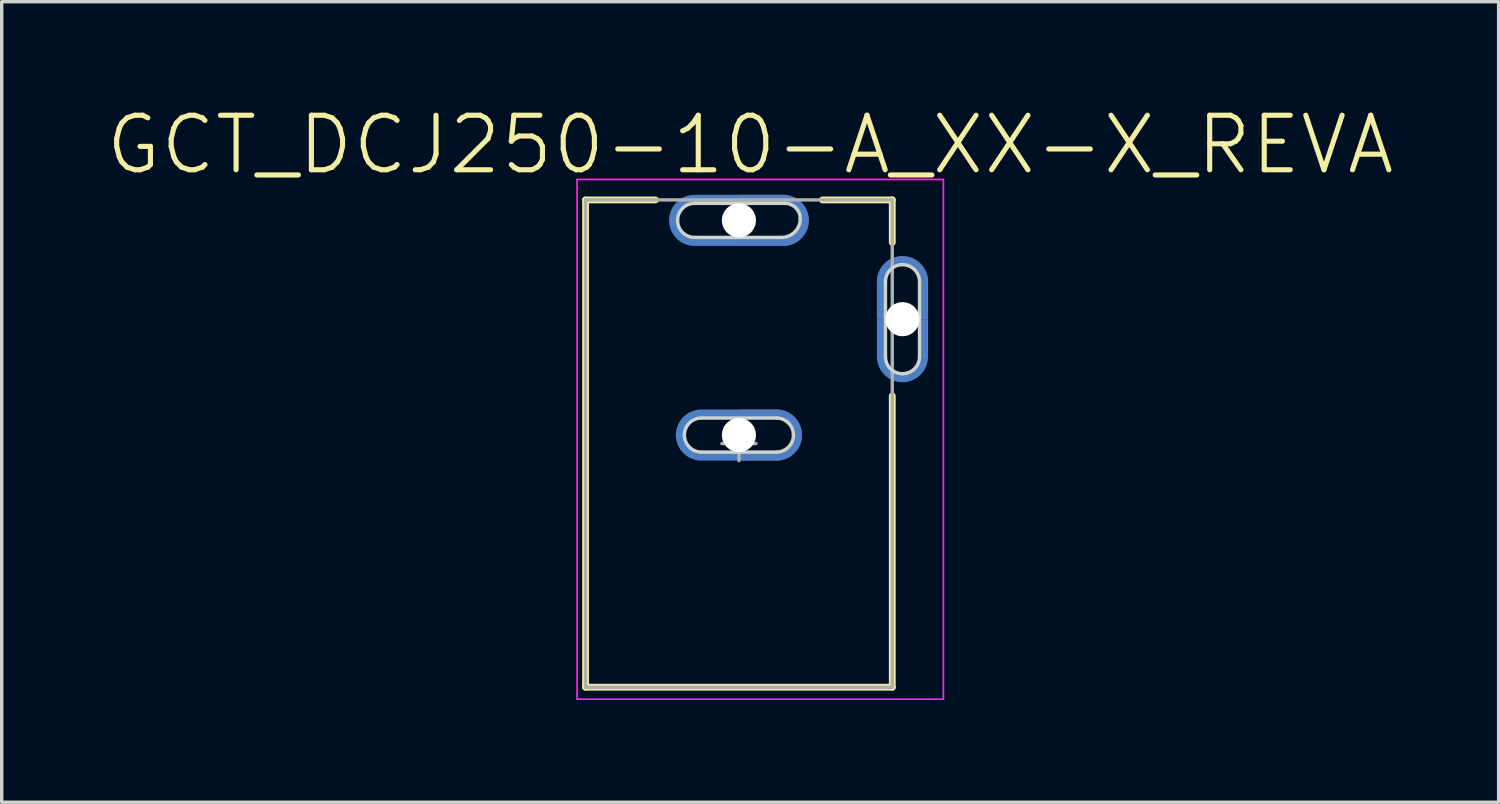
<source format=kicad_pcb>
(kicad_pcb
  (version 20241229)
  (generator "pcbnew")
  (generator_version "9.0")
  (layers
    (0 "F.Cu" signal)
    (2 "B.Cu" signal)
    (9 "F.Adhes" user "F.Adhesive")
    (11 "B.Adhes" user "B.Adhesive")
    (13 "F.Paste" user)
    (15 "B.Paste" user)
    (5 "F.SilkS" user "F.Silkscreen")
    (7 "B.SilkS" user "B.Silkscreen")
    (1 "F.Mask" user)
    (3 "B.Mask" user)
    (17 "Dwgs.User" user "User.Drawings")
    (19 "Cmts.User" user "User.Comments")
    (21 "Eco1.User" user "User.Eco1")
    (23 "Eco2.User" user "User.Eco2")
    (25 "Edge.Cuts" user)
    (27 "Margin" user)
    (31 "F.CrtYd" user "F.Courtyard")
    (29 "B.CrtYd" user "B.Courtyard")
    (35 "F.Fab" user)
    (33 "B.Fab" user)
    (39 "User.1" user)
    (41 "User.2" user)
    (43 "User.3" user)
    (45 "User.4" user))
  (footprint "GCT_DCJ250-10-A_XX-X_REVA"
    (layer "F.Cu")
    (at 18.634 9.967)
    (property "Reference" "GCT_DCJ250-10-A_XX-X_REVA" (at 0.33 -8.768 0) (layer "F.SilkS") (effects (font (size 1.6 1.6) (thickness 0.15))))
    (attr through_hole)
    (fp_poly (pts (xy -2.152 -7.4) (xy 2.15 -7.4) (xy 2.15 -5.706) (xy -2.152 -5.706)) (stroke (width 0.01) (type solid)) (fill yes) (layer "F.Mask"))
    (fp_poly (pts (xy -1.953 -1.1) (xy 1.95 -1.1) (xy 1.95 0.601) (xy -1.953 0.601)) (stroke (width 0.01) (type solid)) (fill yes) (layer "F.Mask"))
    (fp_poly (pts (xy 2.853 -4.5) (xy 6.75 -4.5) (xy 6.75 -2.803) (xy 2.853 -2.803)) (stroke (width 0.01) (type solid)) (fill yes) (layer "F.Mask"))
    (fp_poly (pts (xy 0 -7.05) (xy 0 -7.3) (xy -1.3 -7.3) (xy -1.339 -7.299) (xy -1.378 -7.296) (xy -1.417 -7.291) (xy -1.456 -7.284) (xy -1.494 -7.274) (xy -1.532 -7.263) (xy -1.569 -7.25) (xy -1.605 -7.235) (xy -1.64 -7.218) (xy -1.675 -7.2) (xy -1.708 -7.179) (xy -1.741 -7.157) (xy -1.772 -7.133) (xy -1.802 -7.107) (xy -1.83 -7.08) (xy -1.857 -7.052) (xy -1.883 -7.022) (xy -1.907 -6.991) (xy -1.929 -6.958) (xy -1.95 -6.925) (xy -1.968 -6.89) (xy -1.985 -6.855) (xy -2 -6.819) (xy -2.013 -6.782) (xy -2.024 -6.744) (xy -2.034 -6.706) (xy -2.041 -6.667) (xy -2.046 -6.628) (xy -2.049 -6.589) (xy -2.05 -6.55) (xy -2.049 -6.511) (xy -2.046 -6.472) (xy -2.041 -6.433) (xy -2.034 -6.394) (xy -2.024 -6.356) (xy -2.013 -6.318) (xy -2 -6.281) (xy -1.985 -6.245) (xy -1.968 -6.21) (xy -1.95 -6.175) (xy -1.929 -6.142) (xy -1.907 -6.109) (xy -1.883 -6.078) (xy -1.857 -6.048) (xy -1.83 -6.02) (xy -1.802 -5.993) (xy -1.772 -5.967) (xy -1.741 -5.943) (xy -1.708 -5.921) (xy -1.675 -5.9) (xy -1.64 -5.882) (xy -1.605 -5.865) (xy -1.569 -5.85) (xy -1.532 -5.837) (xy -1.494 -5.826) (xy -1.456 -5.816) (xy -1.417 -5.809) (xy -1.378 -5.804) (xy -1.339 -5.801) (xy -1.3 -5.8) (xy 0 -5.8) (xy 0 -6.05) (xy -1.3 -6.05) (xy -1.326 -6.051) (xy -1.352 -6.053) (xy -1.378 -6.056) (xy -1.404 -6.061) (xy -1.429 -6.067) (xy -1.455 -6.074) (xy -1.479 -6.083) (xy -1.503 -6.093) (xy -1.527 -6.104) (xy -1.55 -6.117) (xy -1.572 -6.131) (xy -1.594 -6.145) (xy -1.615 -6.161) (xy -1.635 -6.178) (xy -1.654 -6.196) (xy -1.672 -6.215) (xy -1.689 -6.235) (xy -1.705 -6.256) (xy -1.719 -6.278) (xy -1.733 -6.3) (xy -1.746 -6.323) (xy -1.757 -6.347) (xy -1.767 -6.371) (xy -1.776 -6.395) (xy -1.783 -6.421) (xy -1.789 -6.446) (xy -1.794 -6.472) (xy -1.797 -6.498) (xy -1.799 -6.524) (xy -1.8 -6.55) (xy -1.799 -6.576) (xy -1.797 -6.602) (xy -1.794 -6.628) (xy -1.789 -6.654) (xy -1.783 -6.679) (xy -1.776 -6.705) (xy -1.767 -6.729) (xy -1.757 -6.753) (xy -1.746 -6.777) (xy -1.733 -6.8) (xy -1.719 -6.822) (xy -1.705 -6.844) (xy -1.689 -6.865) (xy -1.672 -6.885) (xy -1.654 -6.904) (xy -1.635 -6.922) (xy -1.615 -6.939) (xy -1.594 -6.955) (xy -1.572 -6.969) (xy -1.55 -6.983) (xy -1.527 -6.996) (xy -1.503 -7.007) (xy -1.479 -7.017) (xy -1.455 -7.026) (xy -1.429 -7.033) (xy -1.404 -7.039) (xy -1.378 -7.044) (xy -1.352 -7.047) (xy -1.326 -7.049) (xy -1.3 -7.05) (xy 0 -7.05)) (stroke (width 0.001) (type solid)) (fill yes) (layer "B.Cu"))
    (fp_poly (pts (xy 0 -6.05) (xy 0 -5.8) (xy 1.3 -5.8) (xy 1.339 -5.801) (xy 1.378 -5.804) (xy 1.417 -5.809) (xy 1.456 -5.816) (xy 1.494 -5.826) (xy 1.532 -5.837) (xy 1.569 -5.85) (xy 1.605 -5.865) (xy 1.64 -5.882) (xy 1.675 -5.9) (xy 1.708 -5.921) (xy 1.741 -5.943) (xy 1.772 -5.967) (xy 1.802 -5.993) (xy 1.83 -6.02) (xy 1.857 -6.048) (xy 1.883 -6.078) (xy 1.907 -6.109) (xy 1.929 -6.142) (xy 1.95 -6.175) (xy 1.968 -6.21) (xy 1.985 -6.245) (xy 2 -6.281) (xy 2.013 -6.318) (xy 2.024 -6.356) (xy 2.034 -6.394) (xy 2.041 -6.433) (xy 2.046 -6.472) (xy 2.049 -6.511) (xy 2.05 -6.55) (xy 2.049 -6.589) (xy 2.046 -6.628) (xy 2.041 -6.667) (xy 2.034 -6.706) (xy 2.024 -6.744) (xy 2.013 -6.782) (xy 2 -6.819) (xy 1.985 -6.855) (xy 1.968 -6.89) (xy 1.95 -6.925) (xy 1.929 -6.958) (xy 1.907 -6.991) (xy 1.883 -7.022) (xy 1.857 -7.052) (xy 1.83 -7.08) (xy 1.802 -7.107) (xy 1.772 -7.133) (xy 1.741 -7.157) (xy 1.708 -7.179) (xy 1.675 -7.2) (xy 1.64 -7.218) (xy 1.605 -7.235) (xy 1.569 -7.25) (xy 1.532 -7.263) (xy 1.494 -7.274) (xy 1.456 -7.284) (xy 1.417 -7.291) (xy 1.378 -7.296) (xy 1.339 -7.299) (xy 1.3 -7.3) (xy 0 -7.3) (xy 0 -7.05) (xy 1.3 -7.05) (xy 1.326 -7.049) (xy 1.352 -7.047) (xy 1.378 -7.044) (xy 1.404 -7.039) (xy 1.429 -7.033) (xy 1.455 -7.026) (xy 1.479 -7.017) (xy 1.503 -7.007) (xy 1.527 -6.996) (xy 1.55 -6.983) (xy 1.572 -6.969) (xy 1.594 -6.955) (xy 1.615 -6.939) (xy 1.635 -6.922) (xy 1.654 -6.904) (xy 1.672 -6.885) (xy 1.689 -6.865) (xy 1.705 -6.844) (xy 1.719 -6.822) (xy 1.733 -6.8) (xy 1.746 -6.777) (xy 1.757 -6.753) (xy 1.767 -6.729) (xy 1.776 -6.705) (xy 1.783 -6.679) (xy 1.789 -6.654) (xy 1.794 -6.628) (xy 1.797 -6.602) (xy 1.799 -6.576) (xy 1.8 -6.55) (xy 1.799 -6.524) (xy 1.797 -6.498) (xy 1.794 -6.472) (xy 1.789 -6.446) (xy 1.783 -6.421) (xy 1.776 -6.395) (xy 1.767 -6.371) (xy 1.757 -6.347) (xy 1.746 -6.323) (xy 1.733 -6.3) (xy 1.719 -6.278) (xy 1.705 -6.256) (xy 1.689 -6.235) (xy 1.672 -6.215) (xy 1.654 -6.196) (xy 1.635 -6.178) (xy 1.615 -6.161) (xy 1.594 -6.145) (xy 1.572 -6.131) (xy 1.55 -6.117) (xy 1.527 -6.104) (xy 1.503 -6.093) (xy 1.479 -6.083) (xy 1.455 -6.074) (xy 1.429 -6.067) (xy 1.404 -6.061) (xy 1.378 -6.056) (xy 1.352 -6.053) (xy 1.326 -6.051) (xy 1.3 -6.05) (xy 0 -6.05)) (stroke (width 0.001) (type solid)) (fill yes) (layer "B.Cu"))
    (fp_poly (pts (xy 0 -0.75) (xy 0 -1) (xy -1.1 -1) (xy -1.139 -0.999) (xy -1.178 -0.996) (xy -1.217 -0.991) (xy -1.256 -0.984) (xy -1.294 -0.974) (xy -1.332 -0.963) (xy -1.369 -0.95) (xy -1.405 -0.935) (xy -1.44 -0.918) (xy -1.475 -0.9) (xy -1.508 -0.879) (xy -1.541 -0.857) (xy -1.572 -0.833) (xy -1.602 -0.807) (xy -1.63 -0.78) (xy -1.657 -0.752) (xy -1.683 -0.722) (xy -1.707 -0.691) (xy -1.729 -0.658) (xy -1.75 -0.625) (xy -1.768 -0.59) (xy -1.785 -0.555) (xy -1.8 -0.519) (xy -1.813 -0.482) (xy -1.824 -0.444) (xy -1.834 -0.406) (xy -1.841 -0.367) (xy -1.846 -0.328) (xy -1.849 -0.289) (xy -1.85 -0.25) (xy -1.849 -0.211) (xy -1.846 -0.172) (xy -1.841 -0.133) (xy -1.834 -0.094) (xy -1.824 -0.056) (xy -1.813 -0.018) (xy -1.8 0.019) (xy -1.785 0.055) (xy -1.768 0.09) (xy -1.75 0.125) (xy -1.729 0.158) (xy -1.707 0.191) (xy -1.683 0.222) (xy -1.657 0.252) (xy -1.63 0.28) (xy -1.602 0.307) (xy -1.572 0.333) (xy -1.541 0.357) (xy -1.508 0.379) (xy -1.475 0.4) (xy -1.44 0.418) (xy -1.405 0.435) (xy -1.369 0.45) (xy -1.332 0.463) (xy -1.294 0.474) (xy -1.256 0.484) (xy -1.217 0.491) (xy -1.178 0.496) (xy -1.139 0.499) (xy -1.1 0.5) (xy 0 0.5) (xy 0 0.25) (xy -1.1 0.25) (xy -1.126 0.249) (xy -1.152 0.247) (xy -1.178 0.244) (xy -1.204 0.239) (xy -1.229 0.233) (xy -1.255 0.226) (xy -1.279 0.217) (xy -1.303 0.207) (xy -1.327 0.196) (xy -1.35 0.183) (xy -1.372 0.169) (xy -1.394 0.155) (xy -1.415 0.139) (xy -1.435 0.122) (xy -1.454 0.104) (xy -1.472 0.085) (xy -1.489 0.065) (xy -1.505 0.044) (xy -1.519 0.022) (xy -1.533 0) (xy -1.546 -0.023) (xy -1.557 -0.047) (xy -1.567 -0.071) (xy -1.576 -0.095) (xy -1.583 -0.121) (xy -1.589 -0.146) (xy -1.594 -0.172) (xy -1.597 -0.198) (xy -1.599 -0.224) (xy -1.6 -0.25) (xy -1.599 -0.276) (xy -1.597 -0.302) (xy -1.594 -0.328) (xy -1.589 -0.354) (xy -1.583 -0.379) (xy -1.576 -0.405) (xy -1.567 -0.429) (xy -1.557 -0.453) (xy -1.546 -0.477) (xy -1.533 -0.5) (xy -1.519 -0.522) (xy -1.505 -0.544) (xy -1.489 -0.565) (xy -1.472 -0.585) (xy -1.454 -0.604) (xy -1.435 -0.622) (xy -1.415 -0.639) (xy -1.394 -0.655) (xy -1.372 -0.669) (xy -1.35 -0.683) (xy -1.327 -0.696) (xy -1.303 -0.707) (xy -1.279 -0.717) (xy -1.255 -0.726) (xy -1.229 -0.733) (xy -1.204 -0.739) (xy -1.178 -0.744) (xy -1.152 -0.747) (xy -1.126 -0.749) (xy -1.1 -0.75) (xy 0 -0.75)) (stroke (width 0.001) (type solid)) (fill yes) (layer "B.Cu"))
    (fp_poly (pts (xy 0 0.25) (xy 0 0.5) (xy 1.1 0.5) (xy 1.139 0.499) (xy 1.178 0.496) (xy 1.217 0.491) (xy 1.256 0.484) (xy 1.294 0.474) (xy 1.332 0.463) (xy 1.369 0.45) (xy 1.405 0.435) (xy 1.44 0.418) (xy 1.475 0.4) (xy 1.508 0.379) (xy 1.541 0.357) (xy 1.572 0.333) (xy 1.602 0.307) (xy 1.63 0.28) (xy 1.657 0.252) (xy 1.683 0.222) (xy 1.707 0.191) (xy 1.729 0.158) (xy 1.75 0.125) (xy 1.768 0.09) (xy 1.785 0.055) (xy 1.8 0.019) (xy 1.813 -0.018) (xy 1.824 -0.056) (xy 1.834 -0.094) (xy 1.841 -0.133) (xy 1.846 -0.172) (xy 1.849 -0.211) (xy 1.85 -0.25) (xy 1.849 -0.289) (xy 1.846 -0.328) (xy 1.841 -0.367) (xy 1.834 -0.406) (xy 1.824 -0.444) (xy 1.813 -0.482) (xy 1.8 -0.519) (xy 1.785 -0.555) (xy 1.768 -0.59) (xy 1.75 -0.625) (xy 1.729 -0.658) (xy 1.707 -0.691) (xy 1.683 -0.722) (xy 1.657 -0.752) (xy 1.63 -0.78) (xy 1.602 -0.807) (xy 1.572 -0.833) (xy 1.541 -0.857) (xy 1.508 -0.879) (xy 1.475 -0.9) (xy 1.44 -0.918) (xy 1.405 -0.935) (xy 1.369 -0.95) (xy 1.332 -0.963) (xy 1.294 -0.974) (xy 1.256 -0.984) (xy 1.217 -0.991) (xy 1.178 -0.996) (xy 1.139 -0.999) (xy 1.1 -1) (xy 0 -1) (xy 0 -0.75) (xy 1.1 -0.75) (xy 1.126 -0.749) (xy 1.152 -0.747) (xy 1.178 -0.744) (xy 1.204 -0.739) (xy 1.229 -0.733) (xy 1.255 -0.726) (xy 1.279 -0.717) (xy 1.303 -0.707) (xy 1.327 -0.696) (xy 1.35 -0.683) (xy 1.372 -0.669) (xy 1.394 -0.655) (xy 1.415 -0.639) (xy 1.435 -0.622) (xy 1.454 -0.604) (xy 1.472 -0.585) (xy 1.489 -0.565) (xy 1.505 -0.544) (xy 1.519 -0.522) (xy 1.533 -0.5) (xy 1.546 -0.477) (xy 1.557 -0.453) (xy 1.567 -0.429) (xy 1.576 -0.405) (xy 1.583 -0.379) (xy 1.589 -0.354) (xy 1.594 -0.328) (xy 1.597 -0.302) (xy 1.599 -0.276) (xy 1.6 -0.25) (xy 1.599 -0.224) (xy 1.597 -0.198) (xy 1.594 -0.172) (xy 1.589 -0.146) (xy 1.583 -0.121) (xy 1.576 -0.095) (xy 1.567 -0.071) (xy 1.557 -0.047) (xy 1.546 -0.023) (xy 1.533 0) (xy 1.519 0.022) (xy 1.505 0.044) (xy 1.489 0.065) (xy 1.472 0.085) (xy 1.454 0.104) (xy 1.435 0.122) (xy 1.415 0.139) (xy 1.394 0.155) (xy 1.372 0.169) (xy 1.35 0.183) (xy 1.327 0.196) (xy 1.303 0.207) (xy 1.279 0.217) (xy 1.255 0.226) (xy 1.229 0.233) (xy 1.204 0.239) (xy 1.178 0.244) (xy 1.152 0.247) (xy 1.126 0.249) (xy 1.1 0.25) (xy 0 0.25)) (stroke (width 0.001) (type solid)) (fill yes) (layer "B.Cu"))
    (fp_poly (pts (xy 4.3 -3.65) (xy 4.05 -3.65) (xy 4.05 -2.55) (xy 4.051 -2.511) (xy 4.054 -2.472) (xy 4.059 -2.433) (xy 4.066 -2.394) (xy 4.076 -2.356) (xy 4.087 -2.318) (xy 4.1 -2.281) (xy 4.115 -2.245) (xy 4.132 -2.21) (xy 4.15 -2.175) (xy 4.171 -2.142) (xy 4.193 -2.109) (xy 4.217 -2.078) (xy 4.243 -2.048) (xy 4.27 -2.02) (xy 4.298 -1.993) (xy 4.328 -1.967) (xy 4.359 -1.943) (xy 4.392 -1.921) (xy 4.425 -1.9) (xy 4.46 -1.882) (xy 4.495 -1.865) (xy 4.531 -1.85) (xy 4.568 -1.837) (xy 4.606 -1.826) (xy 4.644 -1.816) (xy 4.683 -1.809) (xy 4.722 -1.804) (xy 4.761 -1.801) (xy 4.8 -1.8) (xy 4.839 -1.801) (xy 4.878 -1.804) (xy 4.917 -1.809) (xy 4.956 -1.816) (xy 4.994 -1.826) (xy 5.032 -1.837) (xy 5.069 -1.85) (xy 5.105 -1.865) (xy 5.14 -1.882) (xy 5.175 -1.9) (xy 5.208 -1.921) (xy 5.241 -1.943) (xy 5.272 -1.967) (xy 5.302 -1.993) (xy 5.33 -2.02) (xy 5.357 -2.048) (xy 5.383 -2.078) (xy 5.407 -2.109) (xy 5.429 -2.142) (xy 5.45 -2.175) (xy 5.468 -2.21) (xy 5.485 -2.245) (xy 5.5 -2.281) (xy 5.513 -2.318) (xy 5.524 -2.356) (xy 5.534 -2.394) (xy 5.541 -2.433) (xy 5.546 -2.472) (xy 5.549 -2.511) (xy 5.55 -2.55) (xy 5.55 -3.65) (xy 5.3 -3.65) (xy 5.3 -2.55) (xy 5.299 -2.524) (xy 5.297 -2.498) (xy 5.294 -2.472) (xy 5.289 -2.446) (xy 5.283 -2.421) (xy 5.276 -2.395) (xy 5.267 -2.371) (xy 5.257 -2.347) (xy 5.246 -2.323) (xy 5.233 -2.3) (xy 5.219 -2.278) (xy 5.205 -2.256) (xy 5.189 -2.235) (xy 5.172 -2.215) (xy 5.154 -2.196) (xy 5.135 -2.178) (xy 5.115 -2.161) (xy 5.094 -2.145) (xy 5.072 -2.131) (xy 5.05 -2.117) (xy 5.027 -2.104) (xy 5.003 -2.093) (xy 4.979 -2.083) (xy 4.955 -2.074) (xy 4.929 -2.067) (xy 4.904 -2.061) (xy 4.878 -2.056) (xy 4.852 -2.053) (xy 4.826 -2.051) (xy 4.8 -2.05) (xy 4.774 -2.051) (xy 4.748 -2.053) (xy 4.722 -2.056) (xy 4.696 -2.061) (xy 4.671 -2.067) (xy 4.645 -2.074) (xy 4.621 -2.083) (xy 4.597 -2.093) (xy 4.573 -2.104) (xy 4.55 -2.117) (xy 4.528 -2.131) (xy 4.506 -2.145) (xy 4.485 -2.161) (xy 4.465 -2.178) (xy 4.446 -2.196) (xy 4.428 -2.215) (xy 4.411 -2.235) (xy 4.395 -2.256) (xy 4.381 -2.278) (xy 4.367 -2.3) (xy 4.354 -2.323) (xy 4.343 -2.347) (xy 4.333 -2.371) (xy 4.324 -2.395) (xy 4.317 -2.421) (xy 4.311 -2.446) (xy 4.306 -2.472) (xy 4.303 -2.498) (xy 4.301 -2.524) (xy 4.3 -2.55) (xy 4.3 -3.65)) (stroke (width 0.001) (type solid)) (fill yes) (layer "B.Cu"))
    (fp_poly (pts (xy 5.3 -3.65) (xy 5.55 -3.65) (xy 5.55 -4.75) (xy 5.549 -4.789) (xy 5.546 -4.828) (xy 5.541 -4.867) (xy 5.534 -4.906) (xy 5.524 -4.944) (xy 5.513 -4.982) (xy 5.5 -5.019) (xy 5.485 -5.055) (xy 5.468 -5.09) (xy 5.45 -5.125) (xy 5.429 -5.158) (xy 5.407 -5.191) (xy 5.383 -5.222) (xy 5.357 -5.252) (xy 5.33 -5.28) (xy 5.302 -5.307) (xy 5.272 -5.333) (xy 5.241 -5.357) (xy 5.208 -5.379) (xy 5.175 -5.4) (xy 5.14 -5.418) (xy 5.105 -5.435) (xy 5.069 -5.45) (xy 5.032 -5.463) (xy 4.994 -5.474) (xy 4.956 -5.484) (xy 4.917 -5.491) (xy 4.878 -5.496) (xy 4.839 -5.499) (xy 4.8 -5.5) (xy 4.761 -5.499) (xy 4.722 -5.496) (xy 4.683 -5.491) (xy 4.644 -5.484) (xy 4.606 -5.474) (xy 4.568 -5.463) (xy 4.531 -5.45) (xy 4.495 -5.435) (xy 4.46 -5.418) (xy 4.425 -5.4) (xy 4.392 -5.379) (xy 4.359 -5.357) (xy 4.328 -5.333) (xy 4.298 -5.307) (xy 4.27 -5.28) (xy 4.243 -5.252) (xy 4.217 -5.222) (xy 4.193 -5.191) (xy 4.171 -5.158) (xy 4.15 -5.125) (xy 4.132 -5.09) (xy 4.115 -5.055) (xy 4.1 -5.019) (xy 4.087 -4.982) (xy 4.076 -4.944) (xy 4.066 -4.906) (xy 4.059 -4.867) (xy 4.054 -4.828) (xy 4.051 -4.789) (xy 4.05 -4.75) (xy 4.05 -3.65) (xy 4.3 -3.65) (xy 4.3 -4.75) (xy 4.301 -4.776) (xy 4.303 -4.802) (xy 4.306 -4.828) (xy 4.311 -4.854) (xy 4.317 -4.879) (xy 4.324 -4.905) (xy 4.333 -4.929) (xy 4.343 -4.953) (xy 4.354 -4.977) (xy 4.367 -5) (xy 4.381 -5.022) (xy 4.395 -5.044) (xy 4.411 -5.065) (xy 4.428 -5.085) (xy 4.446 -5.104) (xy 4.465 -5.122) (xy 4.485 -5.139) (xy 4.506 -5.155) (xy 4.528 -5.169) (xy 4.55 -5.183) (xy 4.573 -5.196) (xy 4.597 -5.207) (xy 4.621 -5.217) (xy 4.645 -5.226) (xy 4.671 -5.233) (xy 4.696 -5.239) (xy 4.722 -5.244) (xy 4.748 -5.247) (xy 4.774 -5.249) (xy 4.8 -5.25) (xy 4.826 -5.249) (xy 4.852 -5.247) (xy 4.878 -5.244) (xy 4.904 -5.239) (xy 4.929 -5.233) (xy 4.955 -5.226) (xy 4.979 -5.217) (xy 5.003 -5.207) (xy 5.027 -5.196) (xy 5.05 -5.183) (xy 5.072 -5.169) (xy 5.094 -5.155) (xy 5.115 -5.139) (xy 5.135 -5.122) (xy 5.154 -5.104) (xy 5.172 -5.085) (xy 5.189 -5.065) (xy 5.205 -5.044) (xy 5.219 -5.022) (xy 5.233 -5) (xy 5.246 -4.977) (xy 5.257 -4.953) (xy 5.267 -4.929) (xy 5.276 -4.905) (xy 5.283 -4.879) (xy 5.289 -4.854) (xy 5.294 -4.828) (xy 5.297 -4.802) (xy 5.299 -4.776) (xy 5.3 -4.75) (xy 5.3 -3.65)) (stroke (width 0.001) (type solid)) (fill yes) (layer "B.Cu"))
    (fp_poly (pts (xy -2.15 -7.4) (xy 2.15 -7.4) (xy 2.15 -5.7) (xy -2.15 -5.7)) (stroke (width 0.01) (type solid)) (fill yes) (layer "B.Mask"))
    (fp_poly (pts (xy -1.953 -1.1) (xy 1.95 -1.1) (xy 1.95 0.601) (xy -1.953 0.601)) (stroke (width 0.01) (type solid)) (fill yes) (layer "B.Mask"))
    (fp_poly (pts (xy 2.852 -4.5) (xy 6.75 -4.5) (xy 6.75 -2.802) (xy 2.852 -2.802)) (stroke (width 0.01) (type solid)) (fill yes) (layer "B.Mask"))
    (fp_line (start -4.5 -7.15) (end -4.5 7.15) (stroke (width 0.2) (type solid)) (layer "F.SilkS"))
    (fp_line (start -4.5 7.15) (end 4.5 7.15) (stroke (width 0.2) (type solid)) (layer "F.SilkS"))
    (fp_line (start -2.45 -7.15) (end -4.5 -7.15) (stroke (width 0.2) (type solid)) (layer "F.SilkS"))
    (fp_line (start 2.45 -7.15) (end 4.5 -7.15) (stroke (width 0.2) (type solid)) (layer "F.SilkS"))
    (fp_line (start 4.5 -7.15) (end 4.5 -5.9) (stroke (width 0.2) (type solid)) (layer "F.SilkS"))
    (fp_line (start 4.5 7.15) (end 4.5 -1.4) (stroke (width 0.2) (type solid)) (layer "F.SilkS"))
    (fp_poly (pts (xy 0 -7.05) (xy 0 -7.3) (xy -1.3 -7.3) (xy -1.339 -7.299) (xy -1.378 -7.296) (xy -1.417 -7.291) (xy -1.456 -7.284) (xy -1.494 -7.274) (xy -1.532 -7.263) (xy -1.569 -7.25) (xy -1.605 -7.235) (xy -1.64 -7.218) (xy -1.675 -7.2) (xy -1.708 -7.179) (xy -1.741 -7.157) (xy -1.772 -7.133) (xy -1.802 -7.107) (xy -1.83 -7.08) (xy -1.857 -7.052) (xy -1.883 -7.022) (xy -1.907 -6.991) (xy -1.929 -6.958) (xy -1.95 -6.925) (xy -1.968 -6.89) (xy -1.985 -6.855) (xy -2 -6.819) (xy -2.013 -6.782) (xy -2.024 -6.744) (xy -2.034 -6.706) (xy -2.041 -6.667) (xy -2.046 -6.628) (xy -2.049 -6.589) (xy -2.05 -6.55) (xy -2.049 -6.511) (xy -2.046 -6.472) (xy -2.041 -6.433) (xy -2.034 -6.394) (xy -2.024 -6.356) (xy -2.013 -6.318) (xy -2 -6.281) (xy -1.985 -6.245) (xy -1.968 -6.21) (xy -1.95 -6.175) (xy -1.929 -6.142) (xy -1.907 -6.109) (xy -1.883 -6.078) (xy -1.857 -6.048) (xy -1.83 -6.02) (xy -1.802 -5.993) (xy -1.772 -5.967) (xy -1.741 -5.943) (xy -1.708 -5.921) (xy -1.675 -5.9) (xy -1.64 -5.882) (xy -1.605 -5.865) (xy -1.569 -5.85) (xy -1.532 -5.837) (xy -1.494 -5.826) (xy -1.456 -5.816) (xy -1.417 -5.809) (xy -1.378 -5.804) (xy -1.339 -5.801) (xy -1.3 -5.8) (xy 0 -5.8) (xy 0 -6.05) (xy -1.3 -6.05) (xy -1.326 -6.051) (xy -1.352 -6.053) (xy -1.378 -6.056) (xy -1.404 -6.061) (xy -1.429 -6.067) (xy -1.455 -6.074) (xy -1.479 -6.083) (xy -1.503 -6.093) (xy -1.527 -6.104) (xy -1.55 -6.117) (xy -1.572 -6.131) (xy -1.594 -6.145) (xy -1.615 -6.161) (xy -1.635 -6.178) (xy -1.654 -6.196) (xy -1.672 -6.215) (xy -1.689 -6.235) (xy -1.705 -6.256) (xy -1.719 -6.278) (xy -1.733 -6.3) (xy -1.746 -6.323) (xy -1.757 -6.347) (xy -1.767 -6.371) (xy -1.776 -6.395) (xy -1.783 -6.421) (xy -1.789 -6.446) (xy -1.794 -6.472) (xy -1.797 -6.498) (xy -1.799 -6.524) (xy -1.8 -6.55) (xy -1.799 -6.576) (xy -1.797 -6.602) (xy -1.794 -6.628) (xy -1.789 -6.654) (xy -1.783 -6.679) (xy -1.776 -6.705) (xy -1.767 -6.729) (xy -1.757 -6.753) (xy -1.746 -6.777) (xy -1.733 -6.8) (xy -1.719 -6.822) (xy -1.705 -6.844) (xy -1.689 -6.865) (xy -1.672 -6.885) (xy -1.654 -6.904) (xy -1.635 -6.922) (xy -1.615 -6.939) (xy -1.594 -6.955) (xy -1.572 -6.969) (xy -1.55 -6.983) (xy -1.527 -6.996) (xy -1.503 -7.007) (xy -1.479 -7.017) (xy -1.455 -7.026) (xy -1.429 -7.033) (xy -1.404 -7.039) (xy -1.378 -7.044) (xy -1.352 -7.047) (xy -1.326 -7.049) (xy -1.3 -7.05) (xy 0 -7.05)) (stroke (width 0.001) (type solid)) (fill yes) (layer "F.Paste"))
    (fp_poly (pts (xy 0 -6.05) (xy 0 -5.8) (xy 1.3 -5.8) (xy 1.339 -5.801) (xy 1.378 -5.804) (xy 1.417 -5.809) (xy 1.456 -5.816) (xy 1.494 -5.826) (xy 1.532 -5.837) (xy 1.569 -5.85) (xy 1.605 -5.865) (xy 1.64 -5.882) (xy 1.675 -5.9) (xy 1.708 -5.921) (xy 1.741 -5.943) (xy 1.772 -5.967) (xy 1.802 -5.993) (xy 1.83 -6.02) (xy 1.857 -6.048) (xy 1.883 -6.078) (xy 1.907 -6.109) (xy 1.929 -6.142) (xy 1.95 -6.175) (xy 1.968 -6.21) (xy 1.985 -6.245) (xy 2 -6.281) (xy 2.013 -6.318) (xy 2.024 -6.356) (xy 2.034 -6.394) (xy 2.041 -6.433) (xy 2.046 -6.472) (xy 2.049 -6.511) (xy 2.05 -6.55) (xy 2.049 -6.589) (xy 2.046 -6.628) (xy 2.041 -6.667) (xy 2.034 -6.706) (xy 2.024 -6.744) (xy 2.013 -6.782) (xy 2 -6.819) (xy 1.985 -6.855) (xy 1.968 -6.89) (xy 1.95 -6.925) (xy 1.929 -6.958) (xy 1.907 -6.991) (xy 1.883 -7.022) (xy 1.857 -7.052) (xy 1.83 -7.08) (xy 1.802 -7.107) (xy 1.772 -7.133) (xy 1.741 -7.157) (xy 1.708 -7.179) (xy 1.675 -7.2) (xy 1.64 -7.218) (xy 1.605 -7.235) (xy 1.569 -7.25) (xy 1.532 -7.263) (xy 1.494 -7.274) (xy 1.456 -7.284) (xy 1.417 -7.291) (xy 1.378 -7.296) (xy 1.339 -7.299) (xy 1.3 -7.3) (xy 0 -7.3) (xy 0 -7.05) (xy 1.3 -7.05) (xy 1.326 -7.049) (xy 1.352 -7.047) (xy 1.378 -7.044) (xy 1.404 -7.039) (xy 1.429 -7.033) (xy 1.455 -7.026) (xy 1.479 -7.017) (xy 1.503 -7.007) (xy 1.527 -6.996) (xy 1.55 -6.983) (xy 1.572 -6.969) (xy 1.594 -6.955) (xy 1.615 -6.939) (xy 1.635 -6.922) (xy 1.654 -6.904) (xy 1.672 -6.885) (xy 1.689 -6.865) (xy 1.705 -6.844) (xy 1.719 -6.822) (xy 1.733 -6.8) (xy 1.746 -6.777) (xy 1.757 -6.753) (xy 1.767 -6.729) (xy 1.776 -6.705) (xy 1.783 -6.679) (xy 1.789 -6.654) (xy 1.794 -6.628) (xy 1.797 -6.602) (xy 1.799 -6.576) (xy 1.8 -6.55) (xy 1.799 -6.524) (xy 1.797 -6.498) (xy 1.794 -6.472) (xy 1.789 -6.446) (xy 1.783 -6.421) (xy 1.776 -6.395) (xy 1.767 -6.371) (xy 1.757 -6.347) (xy 1.746 -6.323) (xy 1.733 -6.3) (xy 1.719 -6.278) (xy 1.705 -6.256) (xy 1.689 -6.235) (xy 1.672 -6.215) (xy 1.654 -6.196) (xy 1.635 -6.178) (xy 1.615 -6.161) (xy 1.594 -6.145) (xy 1.572 -6.131) (xy 1.55 -6.117) (xy 1.527 -6.104) (xy 1.503 -6.093) (xy 1.479 -6.083) (xy 1.455 -6.074) (xy 1.429 -6.067) (xy 1.404 -6.061) (xy 1.378 -6.056) (xy 1.352 -6.053) (xy 1.326 -6.051) (xy 1.3 -6.05) (xy 0 -6.05)) (stroke (width 0.001) (type solid)) (fill yes) (layer "F.Paste"))
    (fp_poly (pts (xy 0 -0.75) (xy 0 -1) (xy -1.1 -1) (xy -1.139 -0.999) (xy -1.178 -0.996) (xy -1.217 -0.991) (xy -1.256 -0.984) (xy -1.294 -0.974) (xy -1.332 -0.963) (xy -1.369 -0.95) (xy -1.405 -0.935) (xy -1.44 -0.918) (xy -1.475 -0.9) (xy -1.508 -0.879) (xy -1.541 -0.857) (xy -1.572 -0.833) (xy -1.602 -0.807) (xy -1.63 -0.78) (xy -1.657 -0.752) (xy -1.683 -0.722) (xy -1.707 -0.691) (xy -1.729 -0.658) (xy -1.75 -0.625) (xy -1.768 -0.59) (xy -1.785 -0.555) (xy -1.8 -0.519) (xy -1.813 -0.482) (xy -1.824 -0.444) (xy -1.834 -0.406) (xy -1.841 -0.367) (xy -1.846 -0.328) (xy -1.849 -0.289) (xy -1.85 -0.25) (xy -1.849 -0.211) (xy -1.846 -0.172) (xy -1.841 -0.133) (xy -1.834 -0.094) (xy -1.824 -0.056) (xy -1.813 -0.018) (xy -1.8 0.019) (xy -1.785 0.055) (xy -1.768 0.09) (xy -1.75 0.125) (xy -1.729 0.158) (xy -1.707 0.191) (xy -1.683 0.222) (xy -1.657 0.252) (xy -1.63 0.28) (xy -1.602 0.307) (xy -1.572 0.333) (xy -1.541 0.357) (xy -1.508 0.379) (xy -1.475 0.4) (xy -1.44 0.418) (xy -1.405 0.435) (xy -1.369 0.45) (xy -1.332 0.463) (xy -1.294 0.474) (xy -1.256 0.484) (xy -1.217 0.491) (xy -1.178 0.496) (xy -1.139 0.499) (xy -1.1 0.5) (xy 0 0.5) (xy 0 0.25) (xy -1.1 0.25) (xy -1.126 0.249) (xy -1.152 0.247) (xy -1.178 0.244) (xy -1.204 0.239) (xy -1.229 0.233) (xy -1.255 0.226) (xy -1.279 0.217) (xy -1.303 0.207) (xy -1.327 0.196) (xy -1.35 0.183) (xy -1.372 0.169) (xy -1.394 0.155) (xy -1.415 0.139) (xy -1.435 0.122) (xy -1.454 0.104) (xy -1.472 0.085) (xy -1.489 0.065) (xy -1.505 0.044) (xy -1.519 0.022) (xy -1.533 0) (xy -1.546 -0.023) (xy -1.557 -0.047) (xy -1.567 -0.071) (xy -1.576 -0.095) (xy -1.583 -0.121) (xy -1.589 -0.146) (xy -1.594 -0.172) (xy -1.597 -0.198) (xy -1.599 -0.224) (xy -1.6 -0.25) (xy -1.599 -0.276) (xy -1.597 -0.302) (xy -1.594 -0.328) (xy -1.589 -0.354) (xy -1.583 -0.379) (xy -1.576 -0.405) (xy -1.567 -0.429) (xy -1.557 -0.453) (xy -1.546 -0.477) (xy -1.533 -0.5) (xy -1.519 -0.522) (xy -1.505 -0.544) (xy -1.489 -0.565) (xy -1.472 -0.585) (xy -1.454 -0.604) (xy -1.435 -0.622) (xy -1.415 -0.639) (xy -1.394 -0.655) (xy -1.372 -0.669) (xy -1.35 -0.683) (xy -1.327 -0.696) (xy -1.303 -0.707) (xy -1.279 -0.717) (xy -1.255 -0.726) (xy -1.229 -0.733) (xy -1.204 -0.739) (xy -1.178 -0.744) (xy -1.152 -0.747) (xy -1.126 -0.749) (xy -1.1 -0.75) (xy 0 -0.75)) (stroke (width 0.001) (type solid)) (fill yes) (layer "F.Paste"))
    (fp_poly (pts (xy 0 0.25) (xy 0 0.5) (xy 1.1 0.5) (xy 1.139 0.499) (xy 1.178 0.496) (xy 1.217 0.491) (xy 1.256 0.484) (xy 1.294 0.474) (xy 1.332 0.463) (xy 1.369 0.45) (xy 1.405 0.435) (xy 1.44 0.418) (xy 1.475 0.4) (xy 1.508 0.379) (xy 1.541 0.357) (xy 1.572 0.333) (xy 1.602 0.307) (xy 1.63 0.28) (xy 1.657 0.252) (xy 1.683 0.222) (xy 1.707 0.191) (xy 1.729 0.158) (xy 1.75 0.125) (xy 1.768 0.09) (xy 1.785 0.055) (xy 1.8 0.019) (xy 1.813 -0.018) (xy 1.824 -0.056) (xy 1.834 -0.094) (xy 1.841 -0.133) (xy 1.846 -0.172) (xy 1.849 -0.211) (xy 1.85 -0.25) (xy 1.849 -0.289) (xy 1.846 -0.328) (xy 1.841 -0.367) (xy 1.834 -0.406) (xy 1.824 -0.444) (xy 1.813 -0.482) (xy 1.8 -0.519) (xy 1.785 -0.555) (xy 1.768 -0.59) (xy 1.75 -0.625) (xy 1.729 -0.658) (xy 1.707 -0.691) (xy 1.683 -0.722) (xy 1.657 -0.752) (xy 1.63 -0.78) (xy 1.602 -0.807) (xy 1.572 -0.833) (xy 1.541 -0.857) (xy 1.508 -0.879) (xy 1.475 -0.9) (xy 1.44 -0.918) (xy 1.405 -0.935) (xy 1.369 -0.95) (xy 1.332 -0.963) (xy 1.294 -0.974) (xy 1.256 -0.984) (xy 1.217 -0.991) (xy 1.178 -0.996) (xy 1.139 -0.999) (xy 1.1 -1) (xy 0 -1) (xy 0 -0.75) (xy 1.1 -0.75) (xy 1.126 -0.749) (xy 1.152 -0.747) (xy 1.178 -0.744) (xy 1.204 -0.739) (xy 1.229 -0.733) (xy 1.255 -0.726) (xy 1.279 -0.717) (xy 1.303 -0.707) (xy 1.327 -0.696) (xy 1.35 -0.683) (xy 1.372 -0.669) (xy 1.394 -0.655) (xy 1.415 -0.639) (xy 1.435 -0.622) (xy 1.454 -0.604) (xy 1.472 -0.585) (xy 1.489 -0.565) (xy 1.505 -0.544) (xy 1.519 -0.522) (xy 1.533 -0.5) (xy 1.546 -0.477) (xy 1.557 -0.453) (xy 1.567 -0.429) (xy 1.576 -0.405) (xy 1.583 -0.379) (xy 1.589 -0.354) (xy 1.594 -0.328) (xy 1.597 -0.302) (xy 1.599 -0.276) (xy 1.6 -0.25) (xy 1.599 -0.224) (xy 1.597 -0.198) (xy 1.594 -0.172) (xy 1.589 -0.146) (xy 1.583 -0.121) (xy 1.576 -0.095) (xy 1.567 -0.071) (xy 1.557 -0.047) (xy 1.546 -0.023) (xy 1.533 0) (xy 1.519 0.022) (xy 1.505 0.044) (xy 1.489 0.065) (xy 1.472 0.085) (xy 1.454 0.104) (xy 1.435 0.122) (xy 1.415 0.139) (xy 1.394 0.155) (xy 1.372 0.169) (xy 1.35 0.183) (xy 1.327 0.196) (xy 1.303 0.207) (xy 1.279 0.217) (xy 1.255 0.226) (xy 1.229 0.233) (xy 1.204 0.239) (xy 1.178 0.244) (xy 1.152 0.247) (xy 1.126 0.249) (xy 1.1 0.25) (xy 0 0.25)) (stroke (width 0.001) (type solid)) (fill yes) (layer "F.Paste"))
    (fp_poly (pts (xy 4.3 -3.65) (xy 4.05 -3.65) (xy 4.05 -2.55) (xy 4.051 -2.511) (xy 4.054 -2.472) (xy 4.059 -2.433) (xy 4.066 -2.394) (xy 4.076 -2.356) (xy 4.087 -2.318) (xy 4.1 -2.281) (xy 4.115 -2.245) (xy 4.132 -2.21) (xy 4.15 -2.175) (xy 4.171 -2.142) (xy 4.193 -2.109) (xy 4.217 -2.078) (xy 4.243 -2.048) (xy 4.27 -2.02) (xy 4.298 -1.993) (xy 4.328 -1.967) (xy 4.359 -1.943) (xy 4.392 -1.921) (xy 4.425 -1.9) (xy 4.46 -1.882) (xy 4.495 -1.865) (xy 4.531 -1.85) (xy 4.568 -1.837) (xy 4.606 -1.826) (xy 4.644 -1.816) (xy 4.683 -1.809) (xy 4.722 -1.804) (xy 4.761 -1.801) (xy 4.8 -1.8) (xy 4.839 -1.801) (xy 4.878 -1.804) (xy 4.917 -1.809) (xy 4.956 -1.816) (xy 4.994 -1.826) (xy 5.032 -1.837) (xy 5.069 -1.85) (xy 5.105 -1.865) (xy 5.14 -1.882) (xy 5.175 -1.9) (xy 5.208 -1.921) (xy 5.241 -1.943) (xy 5.272 -1.967) (xy 5.302 -1.993) (xy 5.33 -2.02) (xy 5.357 -2.048) (xy 5.383 -2.078) (xy 5.407 -2.109) (xy 5.429 -2.142) (xy 5.45 -2.175) (xy 5.468 -2.21) (xy 5.485 -2.245) (xy 5.5 -2.281) (xy 5.513 -2.318) (xy 5.524 -2.356) (xy 5.534 -2.394) (xy 5.541 -2.433) (xy 5.546 -2.472) (xy 5.549 -2.511) (xy 5.55 -2.55) (xy 5.55 -3.65) (xy 5.3 -3.65) (xy 5.3 -2.55) (xy 5.299 -2.524) (xy 5.297 -2.498) (xy 5.294 -2.472) (xy 5.289 -2.446) (xy 5.283 -2.421) (xy 5.276 -2.395) (xy 5.267 -2.371) (xy 5.257 -2.347) (xy 5.246 -2.323) (xy 5.233 -2.3) (xy 5.219 -2.278) (xy 5.205 -2.256) (xy 5.189 -2.235) (xy 5.172 -2.215) (xy 5.154 -2.196) (xy 5.135 -2.178) (xy 5.115 -2.161) (xy 5.094 -2.145) (xy 5.072 -2.131) (xy 5.05 -2.117) (xy 5.027 -2.104) (xy 5.003 -2.093) (xy 4.979 -2.083) (xy 4.955 -2.074) (xy 4.929 -2.067) (xy 4.904 -2.061) (xy 4.878 -2.056) (xy 4.852 -2.053) (xy 4.826 -2.051) (xy 4.8 -2.05) (xy 4.774 -2.051) (xy 4.748 -2.053) (xy 4.722 -2.056) (xy 4.696 -2.061) (xy 4.671 -2.067) (xy 4.645 -2.074) (xy 4.621 -2.083) (xy 4.597 -2.093) (xy 4.573 -2.104) (xy 4.55 -2.117) (xy 4.528 -2.131) (xy 4.506 -2.145) (xy 4.485 -2.161) (xy 4.465 -2.178) (xy 4.446 -2.196) (xy 4.428 -2.215) (xy 4.411 -2.235) (xy 4.395 -2.256) (xy 4.381 -2.278) (xy 4.367 -2.3) (xy 4.354 -2.323) (xy 4.343 -2.347) (xy 4.333 -2.371) (xy 4.324 -2.395) (xy 4.317 -2.421) (xy 4.311 -2.446) (xy 4.306 -2.472) (xy 4.303 -2.498) (xy 4.301 -2.524) (xy 4.3 -2.55) (xy 4.3 -3.65)) (stroke (width 0.001) (type solid)) (fill yes) (layer "F.Paste"))
    (fp_poly (pts (xy 5.3 -3.65) (xy 5.55 -3.65) (xy 5.55 -4.75) (xy 5.549 -4.789) (xy 5.546 -4.828) (xy 5.541 -4.867) (xy 5.534 -4.906) (xy 5.524 -4.944) (xy 5.513 -4.982) (xy 5.5 -5.019) (xy 5.485 -5.055) (xy 5.468 -5.09) (xy 5.45 -5.125) (xy 5.429 -5.158) (xy 5.407 -5.191) (xy 5.383 -5.222) (xy 5.357 -5.252) (xy 5.33 -5.28) (xy 5.302 -5.307) (xy 5.272 -5.333) (xy 5.241 -5.357) (xy 5.208 -5.379) (xy 5.175 -5.4) (xy 5.14 -5.418) (xy 5.105 -5.435) (xy 5.069 -5.45) (xy 5.032 -5.463) (xy 4.994 -5.474) (xy 4.956 -5.484) (xy 4.917 -5.491) (xy 4.878 -5.496) (xy 4.839 -5.499) (xy 4.8 -5.5) (xy 4.761 -5.499) (xy 4.722 -5.496) (xy 4.683 -5.491) (xy 4.644 -5.484) (xy 4.606 -5.474) (xy 4.568 -5.463) (xy 4.531 -5.45) (xy 4.495 -5.435) (xy 4.46 -5.418) (xy 4.425 -5.4) (xy 4.392 -5.379) (xy 4.359 -5.357) (xy 4.328 -5.333) (xy 4.298 -5.307) (xy 4.27 -5.28) (xy 4.243 -5.252) (xy 4.217 -5.222) (xy 4.193 -5.191) (xy 4.171 -5.158) (xy 4.15 -5.125) (xy 4.132 -5.09) (xy 4.115 -5.055) (xy 4.1 -5.019) (xy 4.087 -4.982) (xy 4.076 -4.944) (xy 4.066 -4.906) (xy 4.059 -4.867) (xy 4.054 -4.828) (xy 4.051 -4.789) (xy 4.05 -4.75) (xy 4.05 -3.65) (xy 4.3 -3.65) (xy 4.3 -4.75) (xy 4.301 -4.776) (xy 4.303 -4.802) (xy 4.306 -4.828) (xy 4.311 -4.854) (xy 4.317 -4.879) (xy 4.324 -4.905) (xy 4.333 -4.929) (xy 4.343 -4.953) (xy 4.354 -4.977) (xy 4.367 -5) (xy 4.381 -5.022) (xy 4.395 -5.044) (xy 4.411 -5.065) (xy 4.428 -5.085) (xy 4.446 -5.104) (xy 4.465 -5.122) (xy 4.485 -5.139) (xy 4.506 -5.155) (xy 4.528 -5.169) (xy 4.55 -5.183) (xy 4.573 -5.196) (xy 4.597 -5.207) (xy 4.621 -5.217) (xy 4.645 -5.226) (xy 4.671 -5.233) (xy 4.696 -5.239) (xy 4.722 -5.244) (xy 4.748 -5.247) (xy 4.774 -5.249) (xy 4.8 -5.25) (xy 4.826 -5.249) (xy 4.852 -5.247) (xy 4.878 -5.244) (xy 4.904 -5.239) (xy 4.929 -5.233) (xy 4.955 -5.226) (xy 4.979 -5.217) (xy 5.003 -5.207) (xy 5.027 -5.196) (xy 5.05 -5.183) (xy 5.072 -5.169) (xy 5.094 -5.155) (xy 5.115 -5.139) (xy 5.135 -5.122) (xy 5.154 -5.104) (xy 5.172 -5.085) (xy 5.189 -5.065) (xy 5.205 -5.044) (xy 5.219 -5.022) (xy 5.233 -5) (xy 5.246 -4.977) (xy 5.257 -4.953) (xy 5.267 -4.929) (xy 5.276 -4.905) (xy 5.283 -4.879) (xy 5.289 -4.854) (xy 5.294 -4.828) (xy 5.297 -4.802) (xy 5.299 -4.776) (xy 5.3 -4.75) (xy 5.3 -3.65)) (stroke (width 0.001) (type solid)) (fill yes) (layer "F.Paste"))
    (fp_poly (pts (xy 0 -7.05) (xy 0 -7.3) (xy -1.3 -7.3) (xy -1.339 -7.299) (xy -1.378 -7.296) (xy -1.417 -7.291) (xy -1.456 -7.284) (xy -1.494 -7.274) (xy -1.532 -7.263) (xy -1.569 -7.25) (xy -1.605 -7.235) (xy -1.64 -7.218) (xy -1.675 -7.2) (xy -1.708 -7.179) (xy -1.741 -7.157) (xy -1.772 -7.133) (xy -1.802 -7.107) (xy -1.83 -7.08) (xy -1.857 -7.052) (xy -1.883 -7.022) (xy -1.907 -6.991) (xy -1.929 -6.958) (xy -1.95 -6.925) (xy -1.968 -6.89) (xy -1.985 -6.855) (xy -2 -6.819) (xy -2.013 -6.782) (xy -2.024 -6.744) (xy -2.034 -6.706) (xy -2.041 -6.667) (xy -2.046 -6.628) (xy -2.049 -6.589) (xy -2.05 -6.55) (xy -2.049 -6.511) (xy -2.046 -6.472) (xy -2.041 -6.433) (xy -2.034 -6.394) (xy -2.024 -6.356) (xy -2.013 -6.318) (xy -2 -6.281) (xy -1.985 -6.245) (xy -1.968 -6.21) (xy -1.95 -6.175) (xy -1.929 -6.142) (xy -1.907 -6.109) (xy -1.883 -6.078) (xy -1.857 -6.048) (xy -1.83 -6.02) (xy -1.802 -5.993) (xy -1.772 -5.967) (xy -1.741 -5.943) (xy -1.708 -5.921) (xy -1.675 -5.9) (xy -1.64 -5.882) (xy -1.605 -5.865) (xy -1.569 -5.85) (xy -1.532 -5.837) (xy -1.494 -5.826) (xy -1.456 -5.816) (xy -1.417 -5.809) (xy -1.378 -5.804) (xy -1.339 -5.801) (xy -1.3 -5.8) (xy 0 -5.8) (xy 0 -6.05) (xy -1.3 -6.05) (xy -1.326 -6.051) (xy -1.352 -6.053) (xy -1.378 -6.056) (xy -1.404 -6.061) (xy -1.429 -6.067) (xy -1.455 -6.074) (xy -1.479 -6.083) (xy -1.503 -6.093) (xy -1.527 -6.104) (xy -1.55 -6.117) (xy -1.572 -6.131) (xy -1.594 -6.145) (xy -1.615 -6.161) (xy -1.635 -6.178) (xy -1.654 -6.196) (xy -1.672 -6.215) (xy -1.689 -6.235) (xy -1.705 -6.256) (xy -1.719 -6.278) (xy -1.733 -6.3) (xy -1.746 -6.323) (xy -1.757 -6.347) (xy -1.767 -6.371) (xy -1.776 -6.395) (xy -1.783 -6.421) (xy -1.789 -6.446) (xy -1.794 -6.472) (xy -1.797 -6.498) (xy -1.799 -6.524) (xy -1.8 -6.55) (xy -1.799 -6.576) (xy -1.797 -6.602) (xy -1.794 -6.628) (xy -1.789 -6.654) (xy -1.783 -6.679) (xy -1.776 -6.705) (xy -1.767 -6.729) (xy -1.757 -6.753) (xy -1.746 -6.777) (xy -1.733 -6.8) (xy -1.719 -6.822) (xy -1.705 -6.844) (xy -1.689 -6.865) (xy -1.672 -6.885) (xy -1.654 -6.904) (xy -1.635 -6.922) (xy -1.615 -6.939) (xy -1.594 -6.955) (xy -1.572 -6.969) (xy -1.55 -6.983) (xy -1.527 -6.996) (xy -1.503 -7.007) (xy -1.479 -7.017) (xy -1.455 -7.026) (xy -1.429 -7.033) (xy -1.404 -7.039) (xy -1.378 -7.044) (xy -1.352 -7.047) (xy -1.326 -7.049) (xy -1.3 -7.05) (xy 0 -7.05)) (stroke (width 0.001) (type solid)) (fill yes) (layer "B.Paste"))
    (fp_poly (pts (xy 0 -6.05) (xy 0 -5.8) (xy 1.3 -5.8) (xy 1.339 -5.801) (xy 1.378 -5.804) (xy 1.417 -5.809) (xy 1.456 -5.816) (xy 1.494 -5.826) (xy 1.532 -5.837) (xy 1.569 -5.85) (xy 1.605 -5.865) (xy 1.64 -5.882) (xy 1.675 -5.9) (xy 1.708 -5.921) (xy 1.741 -5.943) (xy 1.772 -5.967) (xy 1.802 -5.993) (xy 1.83 -6.02) (xy 1.857 -6.048) (xy 1.883 -6.078) (xy 1.907 -6.109) (xy 1.929 -6.142) (xy 1.95 -6.175) (xy 1.968 -6.21) (xy 1.985 -6.245) (xy 2 -6.281) (xy 2.013 -6.318) (xy 2.024 -6.356) (xy 2.034 -6.394) (xy 2.041 -6.433) (xy 2.046 -6.472) (xy 2.049 -6.511) (xy 2.05 -6.55) (xy 2.049 -6.589) (xy 2.046 -6.628) (xy 2.041 -6.667) (xy 2.034 -6.706) (xy 2.024 -6.744) (xy 2.013 -6.782) (xy 2 -6.819) (xy 1.985 -6.855) (xy 1.968 -6.89) (xy 1.95 -6.925) (xy 1.929 -6.958) (xy 1.907 -6.991) (xy 1.883 -7.022) (xy 1.857 -7.052) (xy 1.83 -7.08) (xy 1.802 -7.107) (xy 1.772 -7.133) (xy 1.741 -7.157) (xy 1.708 -7.179) (xy 1.675 -7.2) (xy 1.64 -7.218) (xy 1.605 -7.235) (xy 1.569 -7.25) (xy 1.532 -7.263) (xy 1.494 -7.274) (xy 1.456 -7.284) (xy 1.417 -7.291) (xy 1.378 -7.296) (xy 1.339 -7.299) (xy 1.3 -7.3) (xy 0 -7.3) (xy 0 -7.05) (xy 1.3 -7.05) (xy 1.326 -7.049) (xy 1.352 -7.047) (xy 1.378 -7.044) (xy 1.404 -7.039) (xy 1.429 -7.033) (xy 1.455 -7.026) (xy 1.479 -7.017) (xy 1.503 -7.007) (xy 1.527 -6.996) (xy 1.55 -6.983) (xy 1.572 -6.969) (xy 1.594 -6.955) (xy 1.615 -6.939) (xy 1.635 -6.922) (xy 1.654 -6.904) (xy 1.672 -6.885) (xy 1.689 -6.865) (xy 1.705 -6.844) (xy 1.719 -6.822) (xy 1.733 -6.8) (xy 1.746 -6.777) (xy 1.757 -6.753) (xy 1.767 -6.729) (xy 1.776 -6.705) (xy 1.783 -6.679) (xy 1.789 -6.654) (xy 1.794 -6.628) (xy 1.797 -6.602) (xy 1.799 -6.576) (xy 1.8 -6.55) (xy 1.799 -6.524) (xy 1.797 -6.498) (xy 1.794 -6.472) (xy 1.789 -6.446) (xy 1.783 -6.421) (xy 1.776 -6.395) (xy 1.767 -6.371) (xy 1.757 -6.347) (xy 1.746 -6.323) (xy 1.733 -6.3) (xy 1.719 -6.278) (xy 1.705 -6.256) (xy 1.689 -6.235) (xy 1.672 -6.215) (xy 1.654 -6.196) (xy 1.635 -6.178) (xy 1.615 -6.161) (xy 1.594 -6.145) (xy 1.572 -6.131) (xy 1.55 -6.117) (xy 1.527 -6.104) (xy 1.503 -6.093) (xy 1.479 -6.083) (xy 1.455 -6.074) (xy 1.429 -6.067) (xy 1.404 -6.061) (xy 1.378 -6.056) (xy 1.352 -6.053) (xy 1.326 -6.051) (xy 1.3 -6.05) (xy 0 -6.05)) (stroke (width 0.001) (type solid)) (fill yes) (layer "B.Paste"))
    (fp_poly (pts (xy 0 -0.75) (xy 0 -1) (xy -1.1 -1) (xy -1.139 -0.999) (xy -1.178 -0.996) (xy -1.217 -0.991) (xy -1.256 -0.984) (xy -1.294 -0.974) (xy -1.332 -0.963) (xy -1.369 -0.95) (xy -1.405 -0.935) (xy -1.44 -0.918) (xy -1.475 -0.9) (xy -1.508 -0.879) (xy -1.541 -0.857) (xy -1.572 -0.833) (xy -1.602 -0.807) (xy -1.63 -0.78) (xy -1.657 -0.752) (xy -1.683 -0.722) (xy -1.707 -0.691) (xy -1.729 -0.658) (xy -1.75 -0.625) (xy -1.768 -0.59) (xy -1.785 -0.555) (xy -1.8 -0.519) (xy -1.813 -0.482) (xy -1.824 -0.444) (xy -1.834 -0.406) (xy -1.841 -0.367) (xy -1.846 -0.328) (xy -1.849 -0.289) (xy -1.85 -0.25) (xy -1.849 -0.211) (xy -1.846 -0.172) (xy -1.841 -0.133) (xy -1.834 -0.094) (xy -1.824 -0.056) (xy -1.813 -0.018) (xy -1.8 0.019) (xy -1.785 0.055) (xy -1.768 0.09) (xy -1.75 0.125) (xy -1.729 0.158) (xy -1.707 0.191) (xy -1.683 0.222) (xy -1.657 0.252) (xy -1.63 0.28) (xy -1.602 0.307) (xy -1.572 0.333) (xy -1.541 0.357) (xy -1.508 0.379) (xy -1.475 0.4) (xy -1.44 0.418) (xy -1.405 0.435) (xy -1.369 0.45) (xy -1.332 0.463) (xy -1.294 0.474) (xy -1.256 0.484) (xy -1.217 0.491) (xy -1.178 0.496) (xy -1.139 0.499) (xy -1.1 0.5) (xy 0 0.5) (xy 0 0.25) (xy -1.1 0.25) (xy -1.126 0.249) (xy -1.152 0.247) (xy -1.178 0.244) (xy -1.204 0.239) (xy -1.229 0.233) (xy -1.255 0.226) (xy -1.279 0.217) (xy -1.303 0.207) (xy -1.327 0.196) (xy -1.35 0.183) (xy -1.372 0.169) (xy -1.394 0.155) (xy -1.415 0.139) (xy -1.435 0.122) (xy -1.454 0.104) (xy -1.472 0.085) (xy -1.489 0.065) (xy -1.505 0.044) (xy -1.519 0.022) (xy -1.533 0) (xy -1.546 -0.023) (xy -1.557 -0.047) (xy -1.567 -0.071) (xy -1.576 -0.095) (xy -1.583 -0.121) (xy -1.589 -0.146) (xy -1.594 -0.172) (xy -1.597 -0.198) (xy -1.599 -0.224) (xy -1.6 -0.25) (xy -1.599 -0.276) (xy -1.597 -0.302) (xy -1.594 -0.328) (xy -1.589 -0.354) (xy -1.583 -0.379) (xy -1.576 -0.405) (xy -1.567 -0.429) (xy -1.557 -0.453) (xy -1.546 -0.477) (xy -1.533 -0.5) (xy -1.519 -0.522) (xy -1.505 -0.544) (xy -1.489 -0.565) (xy -1.472 -0.585) (xy -1.454 -0.604) (xy -1.435 -0.622) (xy -1.415 -0.639) (xy -1.394 -0.655) (xy -1.372 -0.669) (xy -1.35 -0.683) (xy -1.327 -0.696) (xy -1.303 -0.707) (xy -1.279 -0.717) (xy -1.255 -0.726) (xy -1.229 -0.733) (xy -1.204 -0.739) (xy -1.178 -0.744) (xy -1.152 -0.747) (xy -1.126 -0.749) (xy -1.1 -0.75) (xy 0 -0.75)) (stroke (width 0.001) (type solid)) (fill yes) (layer "B.Paste"))
    (fp_poly (pts (xy 0 0.25) (xy 0 0.5) (xy 1.1 0.5) (xy 1.139 0.499) (xy 1.178 0.496) (xy 1.217 0.491) (xy 1.256 0.484) (xy 1.294 0.474) (xy 1.332 0.463) (xy 1.369 0.45) (xy 1.405 0.435) (xy 1.44 0.418) (xy 1.475 0.4) (xy 1.508 0.379) (xy 1.541 0.357) (xy 1.572 0.333) (xy 1.602 0.307) (xy 1.63 0.28) (xy 1.657 0.252) (xy 1.683 0.222) (xy 1.707 0.191) (xy 1.729 0.158) (xy 1.75 0.125) (xy 1.768 0.09) (xy 1.785 0.055) (xy 1.8 0.019) (xy 1.813 -0.018) (xy 1.824 -0.056) (xy 1.834 -0.094) (xy 1.841 -0.133) (xy 1.846 -0.172) (xy 1.849 -0.211) (xy 1.85 -0.25) (xy 1.849 -0.289) (xy 1.846 -0.328) (xy 1.841 -0.367) (xy 1.834 -0.406) (xy 1.824 -0.444) (xy 1.813 -0.482) (xy 1.8 -0.519) (xy 1.785 -0.555) (xy 1.768 -0.59) (xy 1.75 -0.625) (xy 1.729 -0.658) (xy 1.707 -0.691) (xy 1.683 -0.722) (xy 1.657 -0.752) (xy 1.63 -0.78) (xy 1.602 -0.807) (xy 1.572 -0.833) (xy 1.541 -0.857) (xy 1.508 -0.879) (xy 1.475 -0.9) (xy 1.44 -0.918) (xy 1.405 -0.935) (xy 1.369 -0.95) (xy 1.332 -0.963) (xy 1.294 -0.974) (xy 1.256 -0.984) (xy 1.217 -0.991) (xy 1.178 -0.996) (xy 1.139 -0.999) (xy 1.1 -1) (xy 0 -1) (xy 0 -0.75) (xy 1.1 -0.75) (xy 1.126 -0.749) (xy 1.152 -0.747) (xy 1.178 -0.744) (xy 1.204 -0.739) (xy 1.229 -0.733) (xy 1.255 -0.726) (xy 1.279 -0.717) (xy 1.303 -0.707) (xy 1.327 -0.696) (xy 1.35 -0.683) (xy 1.372 -0.669) (xy 1.394 -0.655) (xy 1.415 -0.639) (xy 1.435 -0.622) (xy 1.454 -0.604) (xy 1.472 -0.585) (xy 1.489 -0.565) (xy 1.505 -0.544) (xy 1.519 -0.522) (xy 1.533 -0.5) (xy 1.546 -0.477) (xy 1.557 -0.453) (xy 1.567 -0.429) (xy 1.576 -0.405) (xy 1.583 -0.379) (xy 1.589 -0.354) (xy 1.594 -0.328) (xy 1.597 -0.302) (xy 1.599 -0.276) (xy 1.6 -0.25) (xy 1.599 -0.224) (xy 1.597 -0.198) (xy 1.594 -0.172) (xy 1.589 -0.146) (xy 1.583 -0.121) (xy 1.576 -0.095) (xy 1.567 -0.071) (xy 1.557 -0.047) (xy 1.546 -0.023) (xy 1.533 0) (xy 1.519 0.022) (xy 1.505 0.044) (xy 1.489 0.065) (xy 1.472 0.085) (xy 1.454 0.104) (xy 1.435 0.122) (xy 1.415 0.139) (xy 1.394 0.155) (xy 1.372 0.169) (xy 1.35 0.183) (xy 1.327 0.196) (xy 1.303 0.207) (xy 1.279 0.217) (xy 1.255 0.226) (xy 1.229 0.233) (xy 1.204 0.239) (xy 1.178 0.244) (xy 1.152 0.247) (xy 1.126 0.249) (xy 1.1 0.25) (xy 0 0.25)) (stroke (width 0.001) (type solid)) (fill yes) (layer "B.Paste"))
    (fp_poly (pts (xy 4.3 -3.65) (xy 4.05 -3.65) (xy 4.05 -2.55) (xy 4.051 -2.511) (xy 4.054 -2.472) (xy 4.059 -2.433) (xy 4.066 -2.394) (xy 4.076 -2.356) (xy 4.087 -2.318) (xy 4.1 -2.281) (xy 4.115 -2.245) (xy 4.132 -2.21) (xy 4.15 -2.175) (xy 4.171 -2.142) (xy 4.193 -2.109) (xy 4.217 -2.078) (xy 4.243 -2.048) (xy 4.27 -2.02) (xy 4.298 -1.993) (xy 4.328 -1.967) (xy 4.359 -1.943) (xy 4.392 -1.921) (xy 4.425 -1.9) (xy 4.46 -1.882) (xy 4.495 -1.865) (xy 4.531 -1.85) (xy 4.568 -1.837) (xy 4.606 -1.826) (xy 4.644 -1.816) (xy 4.683 -1.809) (xy 4.722 -1.804) (xy 4.761 -1.801) (xy 4.8 -1.8) (xy 4.839 -1.801) (xy 4.878 -1.804) (xy 4.917 -1.809) (xy 4.956 -1.816) (xy 4.994 -1.826) (xy 5.032 -1.837) (xy 5.069 -1.85) (xy 5.105 -1.865) (xy 5.14 -1.882) (xy 5.175 -1.9) (xy 5.208 -1.921) (xy 5.241 -1.943) (xy 5.272 -1.967) (xy 5.302 -1.993) (xy 5.33 -2.02) (xy 5.357 -2.048) (xy 5.383 -2.078) (xy 5.407 -2.109) (xy 5.429 -2.142) (xy 5.45 -2.175) (xy 5.468 -2.21) (xy 5.485 -2.245) (xy 5.5 -2.281) (xy 5.513 -2.318) (xy 5.524 -2.356) (xy 5.534 -2.394) (xy 5.541 -2.433) (xy 5.546 -2.472) (xy 5.549 -2.511) (xy 5.55 -2.55) (xy 5.55 -3.65) (xy 5.3 -3.65) (xy 5.3 -2.55) (xy 5.299 -2.524) (xy 5.297 -2.498) (xy 5.294 -2.472) (xy 5.289 -2.446) (xy 5.283 -2.421) (xy 5.276 -2.395) (xy 5.267 -2.371) (xy 5.257 -2.347) (xy 5.246 -2.323) (xy 5.233 -2.3) (xy 5.219 -2.278) (xy 5.205 -2.256) (xy 5.189 -2.235) (xy 5.172 -2.215) (xy 5.154 -2.196) (xy 5.135 -2.178) (xy 5.115 -2.161) (xy 5.094 -2.145) (xy 5.072 -2.131) (xy 5.05 -2.117) (xy 5.027 -2.104) (xy 5.003 -2.093) (xy 4.979 -2.083) (xy 4.955 -2.074) (xy 4.929 -2.067) (xy 4.904 -2.061) (xy 4.878 -2.056) (xy 4.852 -2.053) (xy 4.826 -2.051) (xy 4.8 -2.05) (xy 4.774 -2.051) (xy 4.748 -2.053) (xy 4.722 -2.056) (xy 4.696 -2.061) (xy 4.671 -2.067) (xy 4.645 -2.074) (xy 4.621 -2.083) (xy 4.597 -2.093) (xy 4.573 -2.104) (xy 4.55 -2.117) (xy 4.528 -2.131) (xy 4.506 -2.145) (xy 4.485 -2.161) (xy 4.465 -2.178) (xy 4.446 -2.196) (xy 4.428 -2.215) (xy 4.411 -2.235) (xy 4.395 -2.256) (xy 4.381 -2.278) (xy 4.367 -2.3) (xy 4.354 -2.323) (xy 4.343 -2.347) (xy 4.333 -2.371) (xy 4.324 -2.395) (xy 4.317 -2.421) (xy 4.311 -2.446) (xy 4.306 -2.472) (xy 4.303 -2.498) (xy 4.301 -2.524) (xy 4.3 -2.55) (xy 4.3 -3.65)) (stroke (width 0.001) (type solid)) (fill yes) (layer "B.Paste"))
    (fp_poly (pts (xy 5.3 -3.65) (xy 5.55 -3.65) (xy 5.55 -4.75) (xy 5.549 -4.789) (xy 5.546 -4.828) (xy 5.541 -4.867) (xy 5.534 -4.906) (xy 5.524 -4.944) (xy 5.513 -4.982) (xy 5.5 -5.019) (xy 5.485 -5.055) (xy 5.468 -5.09) (xy 5.45 -5.125) (xy 5.429 -5.158) (xy 5.407 -5.191) (xy 5.383 -5.222) (xy 5.357 -5.252) (xy 5.33 -5.28) (xy 5.302 -5.307) (xy 5.272 -5.333) (xy 5.241 -5.357) (xy 5.208 -5.379) (xy 5.175 -5.4) (xy 5.14 -5.418) (xy 5.105 -5.435) (xy 5.069 -5.45) (xy 5.032 -5.463) (xy 4.994 -5.474) (xy 4.956 -5.484) (xy 4.917 -5.491) (xy 4.878 -5.496) (xy 4.839 -5.499) (xy 4.8 -5.5) (xy 4.761 -5.499) (xy 4.722 -5.496) (xy 4.683 -5.491) (xy 4.644 -5.484) (xy 4.606 -5.474) (xy 4.568 -5.463) (xy 4.531 -5.45) (xy 4.495 -5.435) (xy 4.46 -5.418) (xy 4.425 -5.4) (xy 4.392 -5.379) (xy 4.359 -5.357) (xy 4.328 -5.333) (xy 4.298 -5.307) (xy 4.27 -5.28) (xy 4.243 -5.252) (xy 4.217 -5.222) (xy 4.193 -5.191) (xy 4.171 -5.158) (xy 4.15 -5.125) (xy 4.132 -5.09) (xy 4.115 -5.055) (xy 4.1 -5.019) (xy 4.087 -4.982) (xy 4.076 -4.944) (xy 4.066 -4.906) (xy 4.059 -4.867) (xy 4.054 -4.828) (xy 4.051 -4.789) (xy 4.05 -4.75) (xy 4.05 -3.65) (xy 4.3 -3.65) (xy 4.3 -4.75) (xy 4.301 -4.776) (xy 4.303 -4.802) (xy 4.306 -4.828) (xy 4.311 -4.854) (xy 4.317 -4.879) (xy 4.324 -4.905) (xy 4.333 -4.929) (xy 4.343 -4.953) (xy 4.354 -4.977) (xy 4.367 -5) (xy 4.381 -5.022) (xy 4.395 -5.044) (xy 4.411 -5.065) (xy 4.428 -5.085) (xy 4.446 -5.104) (xy 4.465 -5.122) (xy 4.485 -5.139) (xy 4.506 -5.155) (xy 4.528 -5.169) (xy 4.55 -5.183) (xy 4.573 -5.196) (xy 4.597 -5.207) (xy 4.621 -5.217) (xy 4.645 -5.226) (xy 4.671 -5.233) (xy 4.696 -5.239) (xy 4.722 -5.244) (xy 4.748 -5.247) (xy 4.774 -5.249) (xy 4.8 -5.25) (xy 4.826 -5.249) (xy 4.852 -5.247) (xy 4.878 -5.244) (xy 4.904 -5.239) (xy 4.929 -5.233) (xy 4.955 -5.226) (xy 4.979 -5.217) (xy 5.003 -5.207) (xy 5.027 -5.196) (xy 5.05 -5.183) (xy 5.072 -5.169) (xy 5.094 -5.155) (xy 5.115 -5.139) (xy 5.135 -5.122) (xy 5.154 -5.104) (xy 5.172 -5.085) (xy 5.189 -5.065) (xy 5.205 -5.044) (xy 5.219 -5.022) (xy 5.233 -5) (xy 5.246 -4.977) (xy 5.257 -4.953) (xy 5.267 -4.929) (xy 5.276 -4.905) (xy 5.283 -4.879) (xy 5.289 -4.854) (xy 5.294 -4.828) (xy 5.297 -4.802) (xy 5.299 -4.776) (xy 5.3 -4.75) (xy 5.3 -3.65)) (stroke (width 0.001) (type solid)) (fill yes) (layer "B.Paste"))
    (fp_line (start -1.3 -6.05) (end 1.25 -6.05) (stroke (width 0.1) (type solid)) (layer "Edge.Cuts"))
    (fp_line (start -1.1 0.25) (end 1.1 0.25) (stroke (width 0.1) (type solid)) (layer "Edge.Cuts"))
    (fp_line (start 1.1 -0.75) (end -1.1 -0.75) (stroke (width 0.1) (type solid)) (layer "Edge.Cuts"))
    (fp_line (start 1.35 -7.05) (end -1.3 -7.05) (stroke (width 0.1) (type solid)) (layer "Edge.Cuts"))
    (fp_line (start 4.3 -4.75) (end 4.3 -2.55) (stroke (width 0.1) (type solid)) (layer "Edge.Cuts"))
    (fp_line (start 5.3 -2.55) (end 5.3 -4.75) (stroke (width 0.1) (type solid)) (layer "Edge.Cuts"))
    (fp_arc (start -1.8 -6.55) (mid -1.653553 -6.903553) (end -1.3 -7.05) (stroke (width 0.1) (type solid)) (layer "Edge.Cuts"))
    (fp_arc (start -1.6 -0.25) (mid -1.453553 -0.603553) (end -1.1 -0.75) (stroke (width 0.1) (type solid)) (layer "Edge.Cuts"))
    (fp_arc (start -1.3 -6.05) (mid -1.653553 -6.196447) (end -1.8 -6.55) (stroke (width 0.1) (type solid)) (layer "Edge.Cuts"))
    (fp_arc (start -1.1 0.25) (mid -1.453553 0.103553) (end -1.6 -0.25) (stroke (width 0.1) (type solid)) (layer "Edge.Cuts"))
    (fp_arc (start 1.1 -0.75) (mid 1.453553 -0.603553) (end 1.6 -0.25) (stroke (width 0.1) (type solid)) (layer "Edge.Cuts"))
    (fp_arc (start 1.35 -7.05) (mid 1.668198 -6.918198) (end 1.8 -6.6) (stroke (width 0.1) (type solid)) (layer "Edge.Cuts"))
    (fp_arc (start 1.6 -0.25) (mid 1.453553 0.103553) (end 1.1 0.25) (stroke (width 0.1) (type solid)) (layer "Edge.Cuts"))
    (fp_arc (start 1.8 -6.6) (mid 1.638909 -6.211091) (end 1.25 -6.05) (stroke (width 0.1) (type solid)) (layer "Edge.Cuts"))
    (fp_arc (start 4.3 -4.75) (mid 4.446447 -5.103553) (end 4.8 -5.25) (stroke (width 0.1) (type solid)) (layer "Edge.Cuts"))
    (fp_arc (start 4.8 -5.25) (mid 5.153553 -5.103553) (end 5.3 -4.75) (stroke (width 0.1) (type solid)) (layer "Edge.Cuts"))
    (fp_arc (start 4.8 -2.05) (mid 4.446447 -2.196447) (end 4.3 -2.55) (stroke (width 0.1) (type solid)) (layer "Edge.Cuts"))
    (fp_arc (start 5.3 -2.55) (mid 5.153553 -2.196447) (end 4.8 -2.05) (stroke (width 0.1) (type solid)) (layer "Edge.Cuts"))
    (fp_line (start -4.75 -7.75) (end 6 -7.75) (stroke (width 0.05) (type solid)) (layer "F.CrtYd"))
    (fp_line (start -4.75 7.5) (end -4.75 -7.75) (stroke (width 0.05) (type solid)) (layer "F.CrtYd"))
    (fp_line (start 6 -7.75) (end 6 7.5) (stroke (width 0.05) (type solid)) (layer "F.CrtYd"))
    (fp_line (start 6 7.5) (end -4.75 7.5) (stroke (width 0.05) (type solid)) (layer "F.CrtYd"))
    (fp_line (start -4.5 -7.15) (end 4.5 -7.15) (stroke (width 0.1) (type solid)) (layer "F.Fab"))
    (fp_line (start -4.5 7.15) (end -4.5 -7.15) (stroke (width 0.1) (type solid)) (layer "F.Fab"))
    (fp_line (start -4.5 7.15) (end 4.5 7.15) (stroke (width 0.1) (type solid)) (layer "F.Fab"))
    (fp_line (start -0.5 0) (end 0.5 0) (stroke (width 0.1) (type solid)) (layer "F.Fab"))
    (fp_line (start 0 0.5) (end 0 -0.5) (stroke (width 0.1) (type solid)) (layer "F.Fab"))
    (fp_line (start 4.5 7.15) (end 4.5 -7.15) (stroke (width 0.1) (type solid)) (layer "F.Fab"))
    (pad "" np_thru_hole circle (at 0 -6.55) (size 1 1) (drill 1) (layers "*.Cu" "*.Mask"))
    (pad "" np_thru_hole circle (at 0 -0.25) (size 1 1) (drill 1) (layers "*.Cu" "*.Mask"))
    (pad "" np_thru_hole circle (at 4.8 -3.65) (size 1 1) (drill 1) (layers "*.Cu" "*.Mask"))
    (pad "1" smd custom (at 0 -5.95) (size 0.1 0.1) (layers "F.Cu") (options (anchor rect)) (primitives (gr_poly (pts (xy 0 -0.1) (xy 0 0.15) (xy 1.3 0.15) (xy 1.339 0.149) (xy 1.378 0.146) (xy 1.417 0.141) (xy 1.456 0.134) (xy 1.494 0.124) (xy 1.532 0.113) (xy 1.569 0.1) (xy 1.605 0.085) (xy 1.64 0.068) (xy 1.675 0.05) (xy 1.708 0.029) (xy 1.741 0.007) (xy 1.772 -0.017) (xy 1.802 -0.043) (xy 1.83 -0.07) (xy 1.857 -0.098) (xy 1.883 -0.128) (xy 1.907 -0.159) (xy 1.929 -0.192) (xy 1.95 -0.225) (xy 1.968 -0.26) (xy 1.985 -0.295) (xy 2 -0.331) (xy 2.013 -0.368) (xy 2.024 -0.406) (xy 2.034 -0.444) (xy 2.041 -0.483) (xy 2.046 -0.522) (xy 2.049 -0.561) (xy 2.05 -0.6) (xy 2.049 -0.639) (xy 2.046 -0.678) (xy 2.041 -0.717) (xy 2.034 -0.756) (xy 2.024 -0.794) (xy 2.013 -0.832) (xy 2 -0.869) (xy 1.985 -0.905) (xy 1.968 -0.94) (xy 1.95 -0.975) (xy 1.929 -1.008) (xy 1.907 -1.041) (xy 1.883 -1.072) (xy 1.857 -1.102) (xy 1.83 -1.13) (xy 1.802 -1.157) (xy 1.772 -1.183) (xy 1.741 -1.207) (xy 1.708 -1.229) (xy 1.675 -1.25) (xy 1.64 -1.268) (xy 1.605 -1.285) (xy 1.569 -1.3) (xy 1.532 -1.313) (xy 1.494 -1.324) (xy 1.456 -1.334) (xy 1.417 -1.341) (xy 1.378 -1.346) (xy 1.339 -1.349) (xy 1.3 -1.35) (xy 0 -1.35) (xy 0 -1.1) (xy 1.3 -1.1) (xy 1.326 -1.099) (xy 1.352 -1.097) (xy 1.378 -1.094) (xy 1.404 -1.089) (xy 1.429 -1.083) (xy 1.455 -1.076) (xy 1.479 -1.067) (xy 1.503 -1.057) (xy 1.527 -1.046) (xy 1.55 -1.033) (xy 1.572 -1.019) (xy 1.594 -1.005) (xy 1.615 -0.989) (xy 1.635 -0.972) (xy 1.654 -0.954) (xy 1.672 -0.935) (xy 1.689 -0.915) (xy 1.705 -0.894) (xy 1.719 -0.872) (xy 1.733 -0.85) (xy 1.746 -0.827) (xy 1.757 -0.803) (xy 1.767 -0.779) (xy 1.776 -0.755) (xy 1.783 -0.729) (xy 1.789 -0.704) (xy 1.794 -0.678) (xy 1.797 -0.652) (xy 1.799 -0.626) (xy 1.8 -0.6) (xy 1.799 -0.574) (xy 1.797 -0.548) (xy 1.794 -0.522) (xy 1.789 -0.496) (xy 1.783 -0.471) (xy 1.776 -0.445) (xy 1.767 -0.421) (xy 1.757 -0.397) (xy 1.746 -0.373) (xy 1.733 -0.35) (xy 1.719 -0.328) (xy 1.705 -0.306) (xy 1.689 -0.285) (xy 1.672 -0.265) (xy 1.654 -0.246) (xy 1.635 -0.228) (xy 1.615 -0.211) (xy 1.594 -0.195) (xy 1.572 -0.181) (xy 1.55 -0.167) (xy 1.527 -0.154) (xy 1.503 -0.143) (xy 1.479 -0.133) (xy 1.455 -0.124) (xy 1.429 -0.117) (xy 1.404 -0.111) (xy 1.378 -0.106) (xy 1.352 -0.103) (xy 1.326 -0.101) (xy 1.3 -0.1) (xy 0 -0.1)) (width 0.001) (fill yes))))
    (pad "2" smd custom (at 0 -0.9) (size 0.1 0.1) (layers "F.Cu") (options (anchor rect)) (primitives (gr_poly (pts (xy 0 1.15) (xy 0 1.4) (xy 1.1 1.4) (xy 1.139 1.399) (xy 1.178 1.396) (xy 1.217 1.391) (xy 1.256 1.384) (xy 1.294 1.374) (xy 1.332 1.363) (xy 1.369 1.35) (xy 1.405 1.335) (xy 1.44 1.318) (xy 1.475 1.3) (xy 1.508 1.279) (xy 1.541 1.257) (xy 1.572 1.233) (xy 1.602 1.207) (xy 1.63 1.18) (xy 1.657 1.152) (xy 1.683 1.122) (xy 1.707 1.091) (xy 1.729 1.058) (xy 1.75 1.025) (xy 1.768 0.99) (xy 1.785 0.955) (xy 1.8 0.919) (xy 1.813 0.882) (xy 1.824 0.844) (xy 1.834 0.806) (xy 1.841 0.767) (xy 1.846 0.728) (xy 1.849 0.689) (xy 1.85 0.65) (xy 1.849 0.611) (xy 1.846 0.572) (xy 1.841 0.533) (xy 1.834 0.494) (xy 1.824 0.456) (xy 1.813 0.418) (xy 1.8 0.381) (xy 1.785 0.345) (xy 1.768 0.31) (xy 1.75 0.275) (xy 1.729 0.242) (xy 1.707 0.209) (xy 1.683 0.178) (xy 1.657 0.148) (xy 1.63 0.12) (xy 1.602 0.093) (xy 1.572 0.067) (xy 1.541 0.043) (xy 1.508 0.021) (xy 1.475 0) (xy 1.44 -0.018) (xy 1.405 -0.035) (xy 1.369 -0.05) (xy 1.332 -0.063) (xy 1.294 -0.074) (xy 1.256 -0.084) (xy 1.217 -0.091) (xy 1.178 -0.096) (xy 1.139 -0.099) (xy 1.1 -0.1) (xy 0 -0.1) (xy 0 0.15) (xy 1.1 0.15) (xy 1.126 0.151) (xy 1.152 0.153) (xy 1.178 0.156) (xy 1.204 0.161) (xy 1.229 0.167) (xy 1.255 0.174) (xy 1.279 0.183) (xy 1.303 0.193) (xy 1.327 0.204) (xy 1.35 0.217) (xy 1.372 0.231) (xy 1.394 0.245) (xy 1.415 0.261) (xy 1.435 0.278) (xy 1.454 0.296) (xy 1.472 0.315) (xy 1.489 0.335) (xy 1.505 0.356) (xy 1.519 0.378) (xy 1.533 0.4) (xy 1.546 0.423) (xy 1.557 0.447) (xy 1.567 0.471) (xy 1.576 0.495) (xy 1.583 0.521) (xy 1.589 0.546) (xy 1.594 0.572) (xy 1.597 0.598) (xy 1.599 0.624) (xy 1.6 0.65) (xy 1.599 0.676) (xy 1.597 0.702) (xy 1.594 0.728) (xy 1.589 0.754) (xy 1.583 0.779) (xy 1.576 0.805) (xy 1.567 0.829) (xy 1.557 0.853) (xy 1.546 0.877) (xy 1.533 0.9) (xy 1.519 0.922) (xy 1.505 0.944) (xy 1.489 0.965) (xy 1.472 0.985) (xy 1.454 1.004) (xy 1.435 1.022) (xy 1.415 1.039) (xy 1.394 1.055) (xy 1.372 1.069) (xy 1.35 1.083) (xy 1.327 1.096) (xy 1.303 1.107) (xy 1.279 1.117) (xy 1.255 1.126) (xy 1.229 1.133) (xy 1.204 1.139) (xy 1.178 1.144) (xy 1.152 1.147) (xy 1.126 1.149) (xy 1.1 1.15) (xy 0 1.15)) (width 0.001) (fill yes))))
    (pad "3" smd custom (at 4.2 -3.65) (size 0.1 0.1) (layers "F.Cu") (options (anchor rect)) (primitives (gr_poly (pts (xy 1.1 0) (xy 1.35 0) (xy 1.35 -1.1) (xy 1.349 -1.139) (xy 1.346 -1.178) (xy 1.341 -1.217) (xy 1.334 -1.256) (xy 1.324 -1.294) (xy 1.313 -1.332) (xy 1.3 -1.369) (xy 1.285 -1.405) (xy 1.268 -1.44) (xy 1.25 -1.475) (xy 1.229 -1.508) (xy 1.207 -1.541) (xy 1.183 -1.572) (xy 1.157 -1.602) (xy 1.13 -1.63) (xy 1.102 -1.657) (xy 1.072 -1.683) (xy 1.041 -1.707) (xy 1.008 -1.729) (xy 0.975 -1.75) (xy 0.94 -1.768) (xy 0.905 -1.785) (xy 0.869 -1.8) (xy 0.832 -1.813) (xy 0.794 -1.824) (xy 0.756 -1.834) (xy 0.717 -1.841) (xy 0.678 -1.846) (xy 0.639 -1.849) (xy 0.6 -1.85) (xy 0.561 -1.849) (xy 0.522 -1.846) (xy 0.483 -1.841) (xy 0.444 -1.834) (xy 0.406 -1.824) (xy 0.368 -1.813) (xy 0.331 -1.8) (xy 0.295 -1.785) (xy 0.26 -1.768) (xy 0.225 -1.75) (xy 0.192 -1.729) (xy 0.159 -1.707) (xy 0.128 -1.683) (xy 0.098 -1.657) (xy 0.07 -1.63) (xy 0.043 -1.602) (xy 0.017 -1.572) (xy -0.007 -1.541) (xy -0.029 -1.508) (xy -0.05 -1.475) (xy -0.068 -1.44) (xy -0.085 -1.405) (xy -0.1 -1.369) (xy -0.113 -1.332) (xy -0.124 -1.294) (xy -0.134 -1.256) (xy -0.141 -1.217) (xy -0.146 -1.178) (xy -0.149 -1.139) (xy -0.15 -1.1) (xy -0.15 0) (xy 0.1 0) (xy 0.1 -1.1) (xy 0.101 -1.126) (xy 0.103 -1.152) (xy 0.106 -1.178) (xy 0.111 -1.204) (xy 0.117 -1.229) (xy 0.124 -1.255) (xy 0.133 -1.279) (xy 0.143 -1.303) (xy 0.154 -1.327) (xy 0.167 -1.35) (xy 0.181 -1.372) (xy 0.195 -1.394) (xy 0.211 -1.415) (xy 0.228 -1.435) (xy 0.246 -1.454) (xy 0.265 -1.472) (xy 0.285 -1.489) (xy 0.306 -1.505) (xy 0.328 -1.519) (xy 0.35 -1.533) (xy 0.373 -1.546) (xy 0.397 -1.557) (xy 0.421 -1.567) (xy 0.445 -1.576) (xy 0.471 -1.583) (xy 0.496 -1.589) (xy 0.522 -1.594) (xy 0.548 -1.597) (xy 0.574 -1.599) (xy 0.6 -1.6) (xy 0.626 -1.599) (xy 0.652 -1.597) (xy 0.678 -1.594) (xy 0.704 -1.589) (xy 0.729 -1.583) (xy 0.755 -1.576) (xy 0.779 -1.567) (xy 0.803 -1.557) (xy 0.827 -1.546) (xy 0.85 -1.533) (xy 0.872 -1.519) (xy 0.894 -1.505) (xy 0.915 -1.489) (xy 0.935 -1.472) (xy 0.954 -1.454) (xy 0.972 -1.435) (xy 0.989 -1.415) (xy 1.005 -1.394) (xy 1.019 -1.372) (xy 1.033 -1.35) (xy 1.046 -1.327) (xy 1.057 -1.303) (xy 1.067 -1.279) (xy 1.076 -1.255) (xy 1.083 -1.229) (xy 1.089 -1.204) (xy 1.094 -1.178) (xy 1.097 -1.152) (xy 1.099 -1.126) (xy 1.1 -1.1) (xy 1.1 0)) (width 0.001) (fill yes)))))
  (gr_rect
    (start -3 -3)
    (end 40.928 20.492)
    (stroke (width 0.1) (type default))
    (fill no)
    (layer "Edge.Cuts")))
</source>
